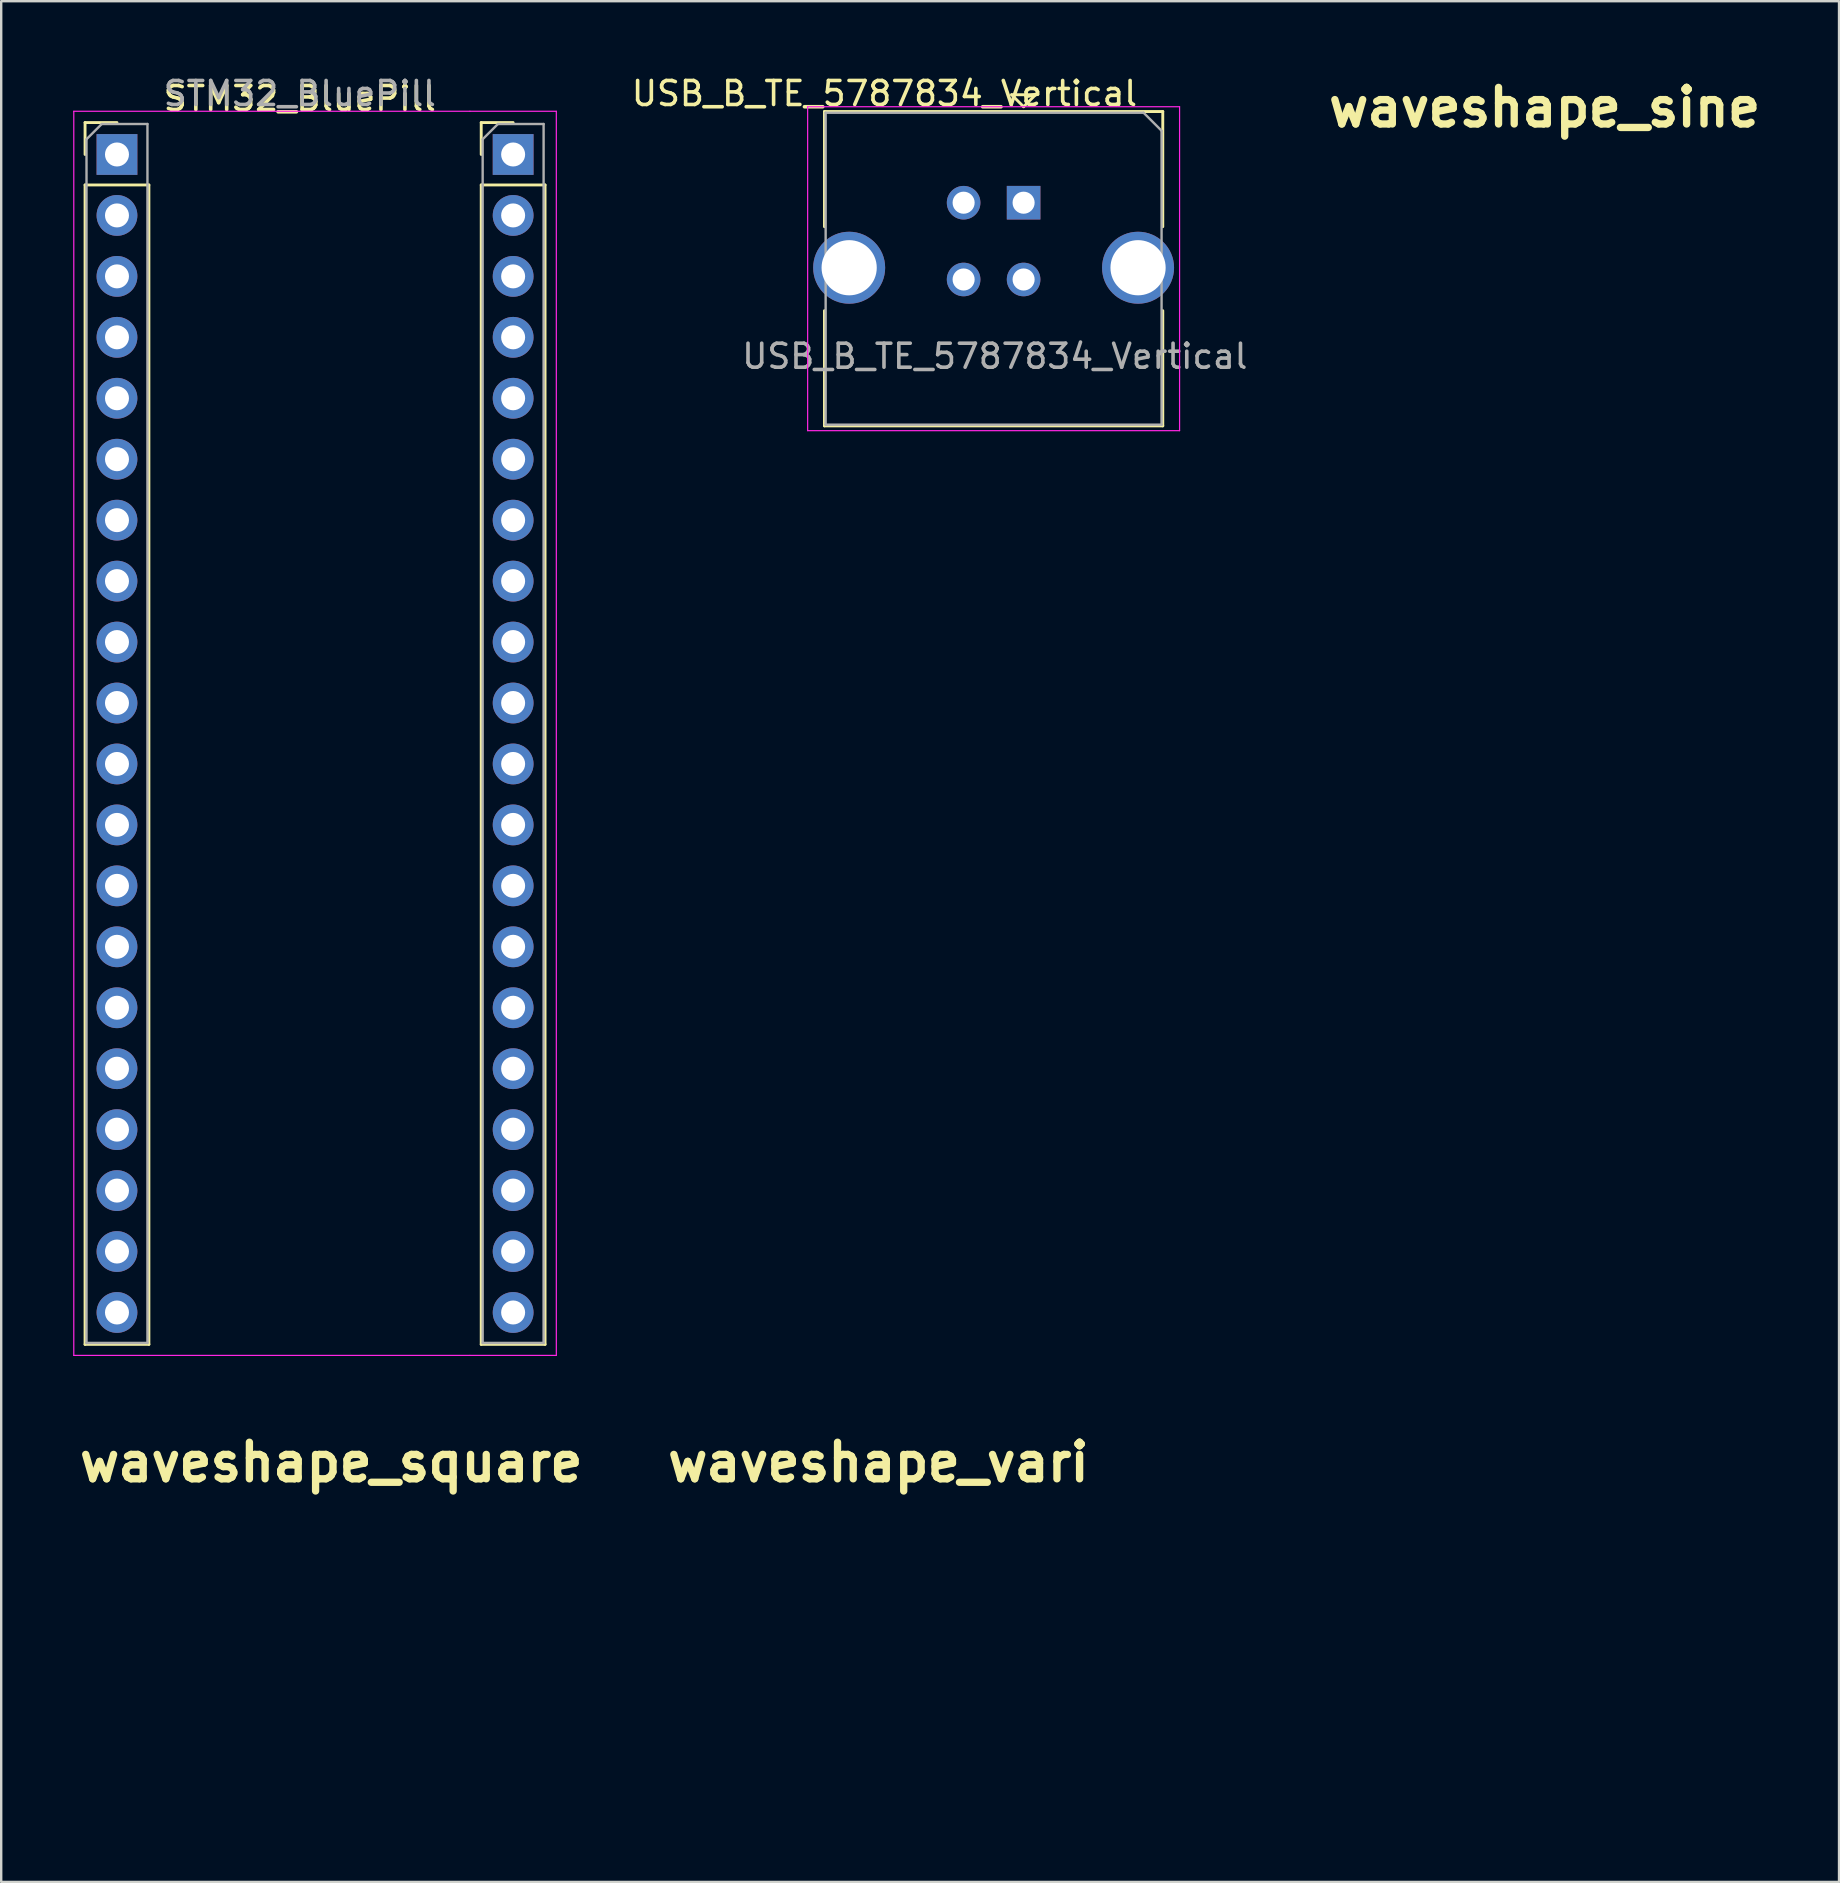
<source format=kicad_pcb>
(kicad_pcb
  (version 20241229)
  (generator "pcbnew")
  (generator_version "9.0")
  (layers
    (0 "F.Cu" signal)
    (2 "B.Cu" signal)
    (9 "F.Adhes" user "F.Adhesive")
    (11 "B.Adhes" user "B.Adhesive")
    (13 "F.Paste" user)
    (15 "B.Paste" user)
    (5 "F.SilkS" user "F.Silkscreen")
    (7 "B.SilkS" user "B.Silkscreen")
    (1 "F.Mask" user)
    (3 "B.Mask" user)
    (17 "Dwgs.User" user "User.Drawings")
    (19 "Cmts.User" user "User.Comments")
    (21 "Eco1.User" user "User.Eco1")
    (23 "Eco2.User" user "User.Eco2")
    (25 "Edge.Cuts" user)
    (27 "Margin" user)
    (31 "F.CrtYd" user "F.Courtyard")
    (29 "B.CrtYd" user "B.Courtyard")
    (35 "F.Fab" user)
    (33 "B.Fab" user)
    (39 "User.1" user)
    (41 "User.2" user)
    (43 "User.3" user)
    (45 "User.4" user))
  (footprint "waveshape_vari"
    (layer "F.Cu")
    (at 33.56 61.998)
    (property "Reference" "waveshape_vari" (at 0 -4.108 0) (layer "F.SilkS") (effects (font (size 1.524 1.524) (thickness 0.305))))
    (attr smd)
    (fp_line (start -2.461 7.878) (end -1.25 7.25) (stroke (width 0.5) (type solid)) (layer "F.Mask"))
    (fp_line (start -2.458 8.75) (end -2.461 7.878) (stroke (width 0.5) (type solid)) (layer "F.Mask"))
    (fp_line (start -1.25 7.25) (end 0 8) (stroke (width 0.5) (type solid)) (layer "F.Mask"))
    (fp_line (start 0 8) (end 0 9) (stroke (width 0.5) (type solid)) (layer "F.Mask"))
    (fp_line (start 0 9) (end 1.25 9.75) (stroke (width 0.5) (type solid)) (layer "F.Mask"))
    (fp_line (start 1.25 9.75) (end 2.5 9.25) (stroke (width 0.5) (type solid)) (layer "F.Mask"))
    (fp_line (start 2.5 9.25) (end 2.5 8.373) (stroke (width 0.5) (type solid)) (layer "F.Mask")))
  (footprint "waveshape_square"
    (layer "F.Cu")
    (at 10.755 62.478)
    (property "Reference" "waveshape_square" (at 0 -4.588 0) (layer "F.SilkS") (effects (font (size 1.524 1.524) (thickness 0.305))))
    (attr smd)
    (fp_line (start -2.032 7.096) (end -0.207 7.096) (stroke (width 0.5) (type solid)) (layer "F.Mask"))
    (fp_line (start -2.032 8.627) (end -2.032 7.112) (stroke (width 0.5) (type solid)) (layer "F.Mask"))
    (fp_line (start 0 7.112) (end 0 9.652) (stroke (width 0.5) (type solid)) (layer "F.Mask"))
    (fp_line (start 0 9.652) (end 2.032 9.652) (stroke (width 0.5) (type solid)) (layer "F.Mask"))
    (fp_line (start 2.032 9.652) (end 2.032 8.128) (stroke (width 0.5) (type solid)) (layer "F.Mask")))
  (footprint "waveshape_sine"
    (layer "F.Cu")
    (at 61.325 5.546)
    (property "Reference" "waveshape_sine" (at 0 -4.119 0) (layer "F.SilkS") (effects (font (size 1.524 1.524) (thickness 0.305))))
    (attr smd)
    (fp_line (start -2.538 8.672) (end -2.363 8.318) (stroke (width 0.5) (type solid)) (layer "F.Mask"))
    (fp_line (start -2.363 8.318) (end -1.867 7.728) (stroke (width 0.5) (type solid)) (layer "F.Mask"))
    (fp_line (start -1.867 7.728) (end -1.512 7.565) (stroke (width 0.5) (type solid)) (layer "F.Mask"))
    (fp_line (start -1.512 7.565) (end -1.095 7.608) (stroke (width 0.5) (type solid)) (layer "F.Mask"))
    (fp_line (start -1.095 7.608) (end -0.62 7.945) (stroke (width 0.5) (type solid)) (layer "F.Mask"))
    (fp_line (start -0.62 7.945) (end -0.094 8.665) (stroke (width 0.5) (type solid)) (layer "F.Mask"))
    (fp_line (start -0.094 8.665) (end 0.441 9.377) (stroke (width 0.5) (type solid)) (layer "F.Mask"))
    (fp_line (start 0.441 9.377) (end 0.937 9.693) (stroke (width 0.5) (type solid)) (layer "F.Mask"))
    (fp_line (start 0.937 9.693) (end 1.384 9.707) (stroke (width 0.5) (type solid)) (layer "F.Mask"))
    (fp_line (start 1.384 9.707) (end 1.773 9.511) (stroke (width 0.5) (type solid)) (layer "F.Mask"))
    (fp_line (start 1.773 9.511) (end 2.333 8.858) (stroke (width 0.5) (type solid)) (layer "F.Mask"))
    (fp_line (start 2.333 8.858) (end 2.538 8.476) (stroke (width 0.5) (type solid)) (layer "F.Mask")))
  (footprint "USB_B_TE_5787834_Vertical"
    (layer "F.Cu")
    (at 39.609 5.398)
    (property "Reference" "USB_B_TE_5787834_Vertical" (at -5.8 -4.55 0) (layer "F.SilkS") (effects (font (size 1 1) (thickness 0.15))))
    (attr through_hole)
    (fp_line (start -8.3 -3.8) (end 5.8 -3.8) (stroke (width 0.12) (type solid)) (layer "F.SilkS"))
    (fp_line (start -8.3 1) (end -8.3 -3.8) (stroke (width 0.12) (type solid)) (layer "F.SilkS"))
    (fp_line (start -8.3 9.3) (end -8.3 4.5) (stroke (width 0.12) (type solid)) (layer "F.SilkS"))
    (fp_line (start -0.5 -4.5) (end 0 -4) (stroke (width 0.12) (type solid)) (layer "F.SilkS"))
    (fp_line (start 0 -4) (end 0.5 -4.5) (stroke (width 0.12) (type solid)) (layer "F.SilkS"))
    (fp_line (start 0.5 -4.5) (end -0.5 -4.5) (stroke (width 0.12) (type solid)) (layer "F.SilkS"))
    (fp_line (start 5.8 -3.8) (end 5.8 1) (stroke (width 0.12) (type solid)) (layer "F.SilkS"))
    (fp_line (start 5.8 4.5) (end 5.8 9.3) (stroke (width 0.12) (type solid)) (layer "F.SilkS"))
    (fp_line (start 5.8 9.3) (end -8.3 9.3) (stroke (width 0.12) (type solid)) (layer "F.SilkS"))
    (fp_line (start -9 -4) (end -9 9.5) (stroke (width 0.05) (type solid)) (layer "F.CrtYd"))
    (fp_line (start -9 -4) (end 6.5 -4) (stroke (width 0.05) (type solid)) (layer "F.CrtYd"))
    (fp_line (start 6.5 9.5) (end -9 9.5) (stroke (width 0.05) (type solid)) (layer "F.CrtYd"))
    (fp_line (start 6.5 9.5) (end 6.5 -4) (stroke (width 0.05) (type solid)) (layer "F.CrtYd"))
    (fp_line (start -8.25 -3.75) (end 5 -3.75) (stroke (width 0.1) (type solid)) (layer "F.Fab"))
    (fp_line (start -8.25 9.25) (end -8.25 -3.75) (stroke (width 0.1) (type solid)) (layer "F.Fab"))
    (fp_line (start 5 -3.75) (end 5.75 -3) (stroke (width 0.1) (type solid)) (layer "F.Fab"))
    (fp_line (start 5.75 -3) (end 5.75 9.25) (stroke (width 0.1) (type solid)) (layer "F.Fab"))
    (fp_line (start 5.75 9.25) (end -8.25 9.25) (stroke (width 0.1) (type solid)) (layer "F.Fab"))
    (fp_text user "${REFERENCE}" (at -1.2 6.4 0) (layer "F.Fab") (effects (font (size 1 1) (thickness 0.15))))
    (pad "1" thru_hole rect (at 0 0) (size 1.4 1.4) (drill 0.92) (layers "*.Cu" "*.Mask"))
    (pad "2" thru_hole circle (at -2.5 0) (size 1.4 1.4) (drill 0.92) (layers "*.Cu" "*.Mask"))
    (pad "3" thru_hole circle (at -2.5 3.2) (size 1.4 1.4) (drill 0.92) (layers "*.Cu" "*.Mask"))
    (pad "4" thru_hole circle (at 0 3.2) (size 1.4 1.4) (drill 0.92) (layers "*.Cu" "*.Mask"))
    (pad "5" thru_hole circle (at -7.27 2.71) (size 3 3) (drill 2.3) (layers "*.Cu" "*.Mask"))
    (pad "5" thru_hole circle (at 4.77 2.71) (size 3 3) (drill 2.3) (layers "*.Cu" "*.Mask")))
  (footprint "STM32_BluePill"
    (layer "F.Cu")
    (at 9.445 3.388)
    (property "Reference" "STM32_BluePill" (at 0 -2.33 0) (layer "F.SilkS") (effects (font (size 1 1) (thickness 0.15))))
    (attr through_hole)
    (fp_line (start -8.95 -1.33) (end -7.62 -1.33) (stroke (width 0.12) (type solid)) (layer "F.SilkS"))
    (fp_line (start -8.95 0) (end -8.95 -1.33) (stroke (width 0.12) (type solid)) (layer "F.SilkS"))
    (fp_line (start -8.95 1.27) (end -8.95 49.59) (stroke (width 0.12) (type solid)) (layer "F.SilkS"))
    (fp_line (start -8.95 1.27) (end -6.29 1.27) (stroke (width 0.12) (type solid)) (layer "F.SilkS"))
    (fp_line (start -8.95 49.59) (end -6.29 49.59) (stroke (width 0.12) (type solid)) (layer "F.SilkS"))
    (fp_line (start -6.29 1.27) (end -6.29 49.59) (stroke (width 0.12) (type solid)) (layer "F.SilkS"))
    (fp_line (start 7.56 -1.33) (end 8.89 -1.33) (stroke (width 0.12) (type solid)) (layer "F.SilkS"))
    (fp_line (start 7.56 0) (end 7.56 -1.33) (stroke (width 0.12) (type solid)) (layer "F.SilkS"))
    (fp_line (start 7.56 1.27) (end 7.56 49.59) (stroke (width 0.12) (type solid)) (layer "F.SilkS"))
    (fp_line (start 7.56 1.27) (end 10.22 1.27) (stroke (width 0.12) (type solid)) (layer "F.SilkS"))
    (fp_line (start 7.56 49.59) (end 10.22 49.59) (stroke (width 0.12) (type solid)) (layer "F.SilkS"))
    (fp_line (start 10.22 1.27) (end 10.22 49.59) (stroke (width 0.12) (type solid)) (layer "F.SilkS"))
    (fp_line (start -9.42 -1.8) (end -9.42 50.05) (stroke (width 0.05) (type solid)) (layer "F.CrtYd"))
    (fp_line (start -9.42 50.05) (end 7.09 50.05) (stroke (width 0.05) (type solid)) (layer "F.CrtYd"))
    (fp_line (start 7.09 -1.8) (end -9.42 -1.8) (stroke (width 0.05) (type solid)) (layer "F.CrtYd"))
    (fp_line (start 7.09 50.05) (end 10.69 50.05) (stroke (width 0.05) (type solid)) (layer "F.CrtYd"))
    (fp_line (start 10.69 -1.8) (end 7.09 -1.8) (stroke (width 0.05) (type solid)) (layer "F.CrtYd"))
    (fp_line (start 10.69 50.05) (end 10.69 -1.8) (stroke (width 0.05) (type solid)) (layer "F.CrtYd"))
    (fp_line (start -8.89 -0.635) (end -8.255 -1.27) (stroke (width 0.1) (type solid)) (layer "F.Fab"))
    (fp_line (start -8.89 49.53) (end -8.89 -0.635) (stroke (width 0.1) (type solid)) (layer "F.Fab"))
    (fp_line (start -8.255 -1.27) (end -6.35 -1.27) (stroke (width 0.1) (type solid)) (layer "F.Fab"))
    (fp_line (start -6.35 -1.27) (end -6.35 49.53) (stroke (width 0.1) (type solid)) (layer "F.Fab"))
    (fp_line (start -6.35 49.53) (end -8.89 49.53) (stroke (width 0.1) (type solid)) (layer "F.Fab"))
    (fp_line (start 7.62 -0.635) (end 8.255 -1.27) (stroke (width 0.1) (type solid)) (layer "F.Fab"))
    (fp_line (start 7.62 49.53) (end 7.62 -0.635) (stroke (width 0.1) (type solid)) (layer "F.Fab"))
    (fp_line (start 8.255 -1.27) (end 10.16 -1.27) (stroke (width 0.1) (type solid)) (layer "F.Fab"))
    (fp_line (start 10.16 -1.27) (end 10.16 49.53) (stroke (width 0.1) (type solid)) (layer "F.Fab"))
    (fp_line (start 10.16 49.53) (end 7.62 49.53) (stroke (width 0.1) (type solid)) (layer "F.Fab"))
    (fp_text user "${REFERENCE}" (at 0 -2.54 180) (layer "F.Fab") (effects (font (size 1 1) (thickness 0.15))))
    (pad "1" thru_hole rect (at -7.62 0) (size 1.7 1.7) (drill 1) (layers "*.Cu" "*.Mask"))
    (pad "2" thru_hole oval (at -7.62 2.54) (size 1.7 1.7) (drill 1) (layers "*.Cu" "*.Mask"))
    (pad "3" thru_hole oval (at -7.62 5.08) (size 1.7 1.7) (drill 1) (layers "*.Cu" "*.Mask"))
    (pad "4" thru_hole oval (at -7.62 7.62) (size 1.7 1.7) (drill 1) (layers "*.Cu" "*.Mask"))
    (pad "5" thru_hole oval (at -7.62 10.16) (size 1.7 1.7) (drill 1) (layers "*.Cu" "*.Mask"))
    (pad "6" thru_hole oval (at -7.62 12.7) (size 1.7 1.7) (drill 1) (layers "*.Cu" "*.Mask"))
    (pad "7" thru_hole oval (at -7.62 15.24) (size 1.7 1.7) (drill 1) (layers "*.Cu" "*.Mask"))
    (pad "8" thru_hole oval (at -7.62 17.78) (size 1.7 1.7) (drill 1) (layers "*.Cu" "*.Mask"))
    (pad "9" thru_hole oval (at -7.62 20.32) (size 1.7 1.7) (drill 1) (layers "*.Cu" "*.Mask"))
    (pad "10" thru_hole oval (at -7.62 22.86) (size 1.7 1.7) (drill 1) (layers "*.Cu" "*.Mask"))
    (pad "11" thru_hole oval (at -7.62 25.4) (size 1.7 1.7) (drill 1) (layers "*.Cu" "*.Mask"))
    (pad "12" thru_hole oval (at -7.62 27.94) (size 1.7 1.7) (drill 1) (layers "*.Cu" "*.Mask"))
    (pad "13" thru_hole oval (at -7.62 30.48) (size 1.7 1.7) (drill 1) (layers "*.Cu" "*.Mask"))
    (pad "14" thru_hole oval (at -7.62 33.02) (size 1.7 1.7) (drill 1) (layers "*.Cu" "*.Mask"))
    (pad "15" thru_hole oval (at -7.62 35.56) (size 1.7 1.7) (drill 1) (layers "*.Cu" "*.Mask"))
    (pad "16" thru_hole oval (at -7.62 38.1) (size 1.7 1.7) (drill 1) (layers "*.Cu" "*.Mask"))
    (pad "17" thru_hole oval (at -7.62 40.64) (size 1.7 1.7) (drill 1) (layers "*.Cu" "*.Mask"))
    (pad "18" thru_hole oval (at -7.62 43.18) (size 1.7 1.7) (drill 1) (layers "*.Cu" "*.Mask"))
    (pad "19" thru_hole oval (at -7.62 45.72) (size 1.7 1.7) (drill 1) (layers "*.Cu" "*.Mask"))
    (pad "20" thru_hole oval (at -7.62 48.26) (size 1.7 1.7) (drill 1) (layers "*.Cu" "*.Mask"))
    (pad "21" thru_hole rect (at 8.89 0) (size 1.7 1.7) (drill 1) (layers "*.Cu" "*.Mask"))
    (pad "22" thru_hole oval (at 8.89 2.54) (size 1.7 1.7) (drill 1) (layers "*.Cu" "*.Mask"))
    (pad "23" thru_hole oval (at 8.89 5.08) (size 1.7 1.7) (drill 1) (layers "*.Cu" "*.Mask"))
    (pad "24" thru_hole oval (at 8.89 7.62) (size 1.7 1.7) (drill 1) (layers "*.Cu" "*.Mask"))
    (pad "25" thru_hole oval (at 8.89 10.16) (size 1.7 1.7) (drill 1) (layers "*.Cu" "*.Mask"))
    (pad "26" thru_hole oval (at 8.89 12.7) (size 1.7 1.7) (drill 1) (layers "*.Cu" "*.Mask"))
    (pad "27" thru_hole oval (at 8.89 15.24) (size 1.7 1.7) (drill 1) (layers "*.Cu" "*.Mask"))
    (pad "28" thru_hole oval (at 8.89 17.78) (size 1.7 1.7) (drill 1) (layers "*.Cu" "*.Mask"))
    (pad "29" thru_hole oval (at 8.89 20.32) (size 1.7 1.7) (drill 1) (layers "*.Cu" "*.Mask"))
    (pad "30" thru_hole oval (at 8.89 22.86) (size 1.7 1.7) (drill 1) (layers "*.Cu" "*.Mask"))
    (pad "31" thru_hole oval (at 8.89 25.4) (size 1.7 1.7) (drill 1) (layers "*.Cu" "*.Mask"))
    (pad "32" thru_hole oval (at 8.89 27.94) (size 1.7 1.7) (drill 1) (layers "*.Cu" "*.Mask"))
    (pad "33" thru_hole oval (at 8.89 30.48) (size 1.7 1.7) (drill 1) (layers "*.Cu" "*.Mask"))
    (pad "34" thru_hole oval (at 8.89 33.02) (size 1.7 1.7) (drill 1) (layers "*.Cu" "*.Mask"))
    (pad "35" thru_hole oval (at 8.89 35.56) (size 1.7 1.7) (drill 1) (layers "*.Cu" "*.Mask"))
    (pad "36" thru_hole oval (at 8.89 38.1) (size 1.7 1.7) (drill 1) (layers "*.Cu" "*.Mask"))
    (pad "37" thru_hole oval (at 8.89 40.64) (size 1.7 1.7) (drill 1) (layers "*.Cu" "*.Mask"))
    (pad "38" thru_hole oval (at 8.89 43.18) (size 1.7 1.7) (drill 1) (layers "*.Cu" "*.Mask"))
    (pad "39" thru_hole oval (at 8.89 45.72) (size 1.7 1.7) (drill 1) (layers "*.Cu" "*.Mask"))
    (pad "40" thru_hole oval (at 8.89 48.26) (size 1.7 1.7) (drill 1) (layers "*.Cu" "*.Mask")))
  (gr_rect
    (start -3 -3)
    (end 73.592 75.38)
    (stroke (width 0.1) (type default))
    (fill no)
    (layer "Edge.Cuts")))
</source>
